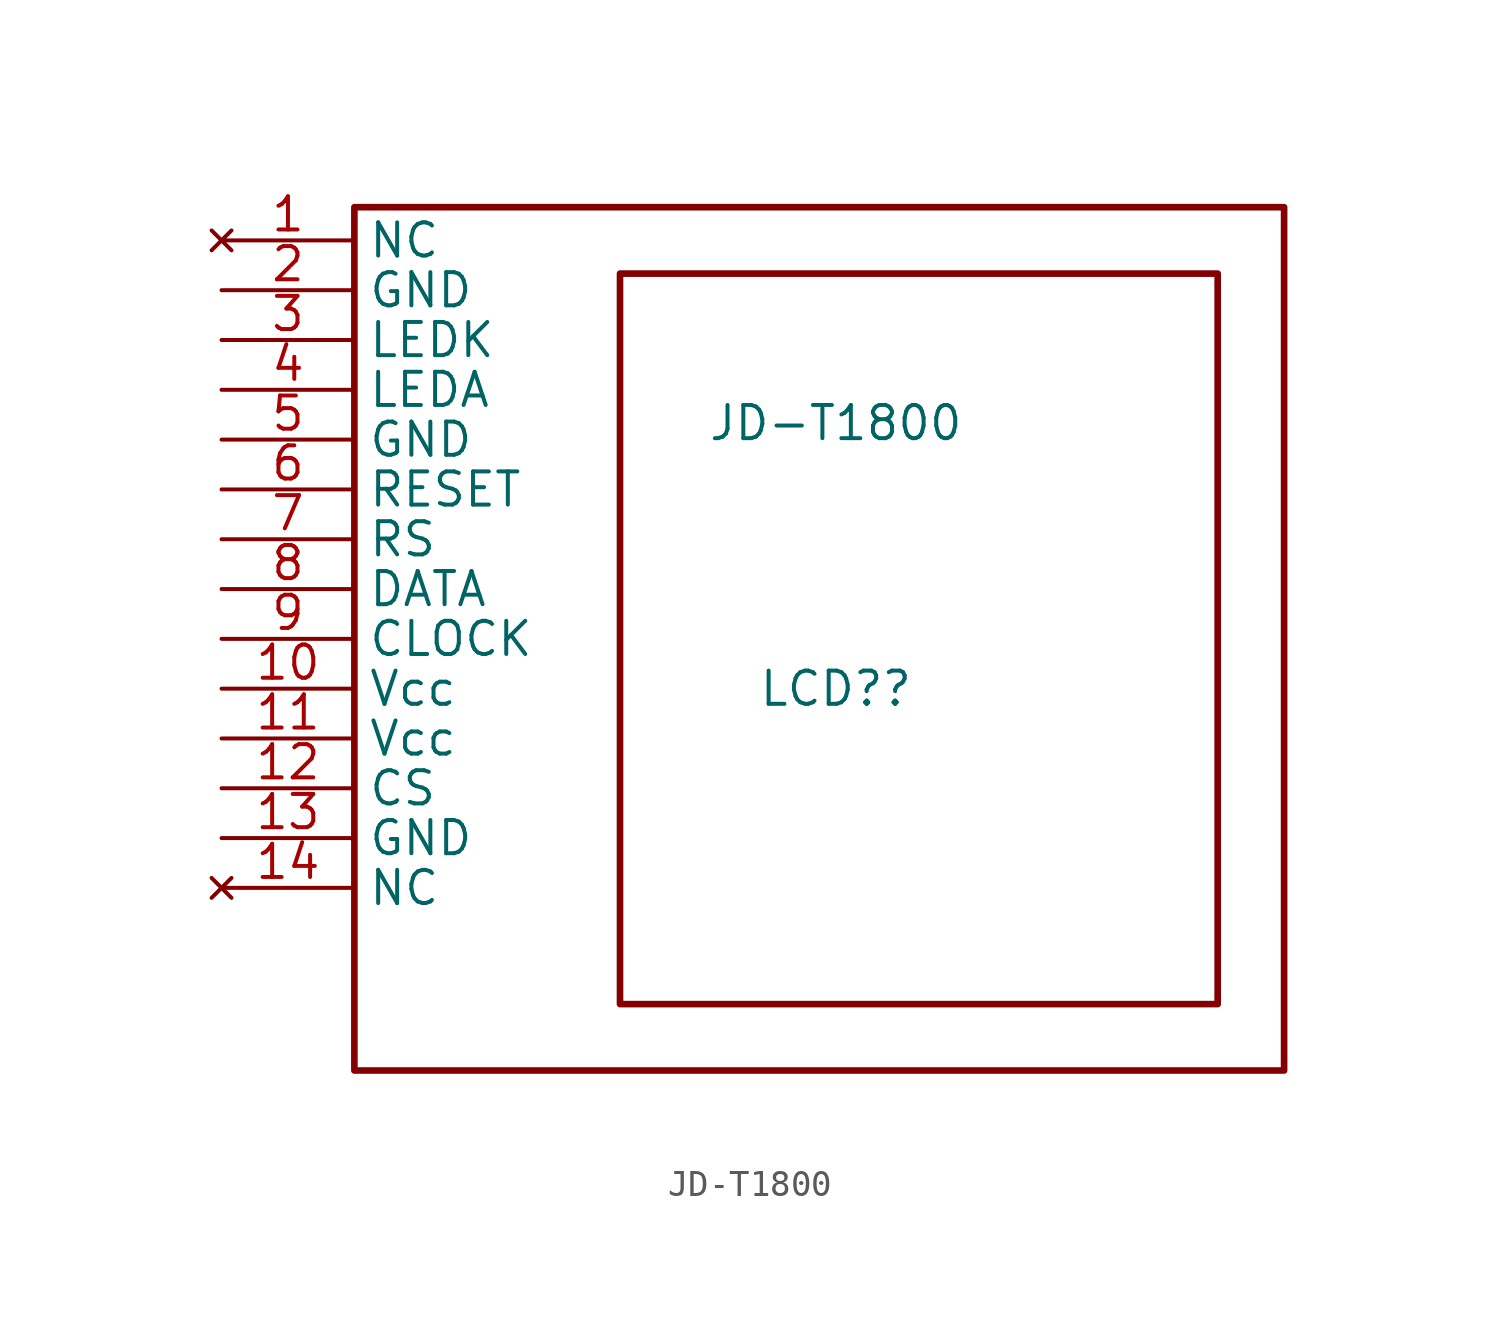
<source format=kicad_sym>
(kicad_symbol_lib
  (version 20211014)
  (generator kicad_symbol_editor)
  (symbol "JD-T1800"
    (property "Reference" "LCD?"
      (at 0.635 -3.175 0)
      (effects (font (size 1.27 1.27))))
    (property "Value" "JD-T1800"
      (at 0.635 6.985 0)
      (effects (font (size 1.27 1.27))))
    (symbol "JD-T1800_0_1"
      (rectangle (start -17.78 15.24) (end 17.78 -17.78) (stroke (width 0.254) (type default) (color 0 0 0 0)) (fill (type none)))
      (rectangle (start -7.62 12.7) (end 15.24 -15.24) (stroke (width 0.254) (type default) (color 0 0 0 0)) (fill (type none))))
    (symbol "JD-T1800_1_1"
      (pin no_connect line (at -22.86 13.97 0) (length 5.08) (name "NC" (effects (font (size 1.27 1.27)))) (number "1" (effects (font (size 1.27 1.27)))))
      (pin power_in line (at -22.86 -3.175 0) (length 5.08) (name "Vcc" (effects (font (size 1.27 1.27)))) (number "10" (effects (font (size 1.27 1.27)))))
      (pin power_in line (at -22.86 -5.08 0) (length 5.08) (name "Vcc" (effects (font (size 1.27 1.27)))) (number "11" (effects (font (size 1.27 1.27)))))
      (pin input line (at -22.86 -6.985 0) (length 5.08) (name "CS" (effects (font (size 1.27 1.27)))) (number "12" (effects (font (size 1.27 1.27)))))
      (pin power_in line (at -22.86 -8.89 0) (length 5.08) (name "GND" (effects (font (size 1.27 1.27)))) (number "13" (effects (font (size 1.27 1.27)))))
      (pin no_connect line (at -22.86 -10.795 0) (length 5.08) (name "NC" (effects (font (size 1.27 1.27)))) (number "14" (effects (font (size 1.27 1.27)))))
      (pin power_in line (at -22.86 12.065 0) (length 5.08) (name "GND" (effects (font (size 1.27 1.27)))) (number "2" (effects (font (size 1.27 1.27)))))
      (pin input line (at -22.86 10.16 0) (length 5.08) (name "LEDK" (effects (font (size 1.27 1.27)))) (number "3" (effects (font (size 1.27 1.27)))))
      (pin input line (at -22.86 8.255 0) (length 5.08) (name "LEDA" (effects (font (size 1.27 1.27)))) (number "4" (effects (font (size 1.27 1.27)))))
      (pin power_in line (at -22.86 6.35 0) (length 5.08) (name "GND" (effects (font (size 1.27 1.27)))) (number "5" (effects (font (size 1.27 1.27)))))
      (pin input line (at -22.86 4.445 0) (length 5.08) (name "RESET" (effects (font (size 1.27 1.27)))) (number "6" (effects (font (size 1.27 1.27)))))
      (pin input line (at -22.86 2.54 0) (length 5.08) (name "RS" (effects (font (size 1.27 1.27)))) (number "7" (effects (font (size 1.27 1.27)))))
      (pin bidirectional line (at -22.86 0.635 0) (length 5.08) (name "DATA" (effects (font (size 1.27 1.27)))) (number "8" (effects (font (size 1.27 1.27)))))
      (pin input line (at -22.86 -1.27 0) (length 5.08) (name "CLOCK" (effects (font (size 1.27 1.27)))) (number "9" (effects (font (size 1.27 1.27))))))))
</source>
